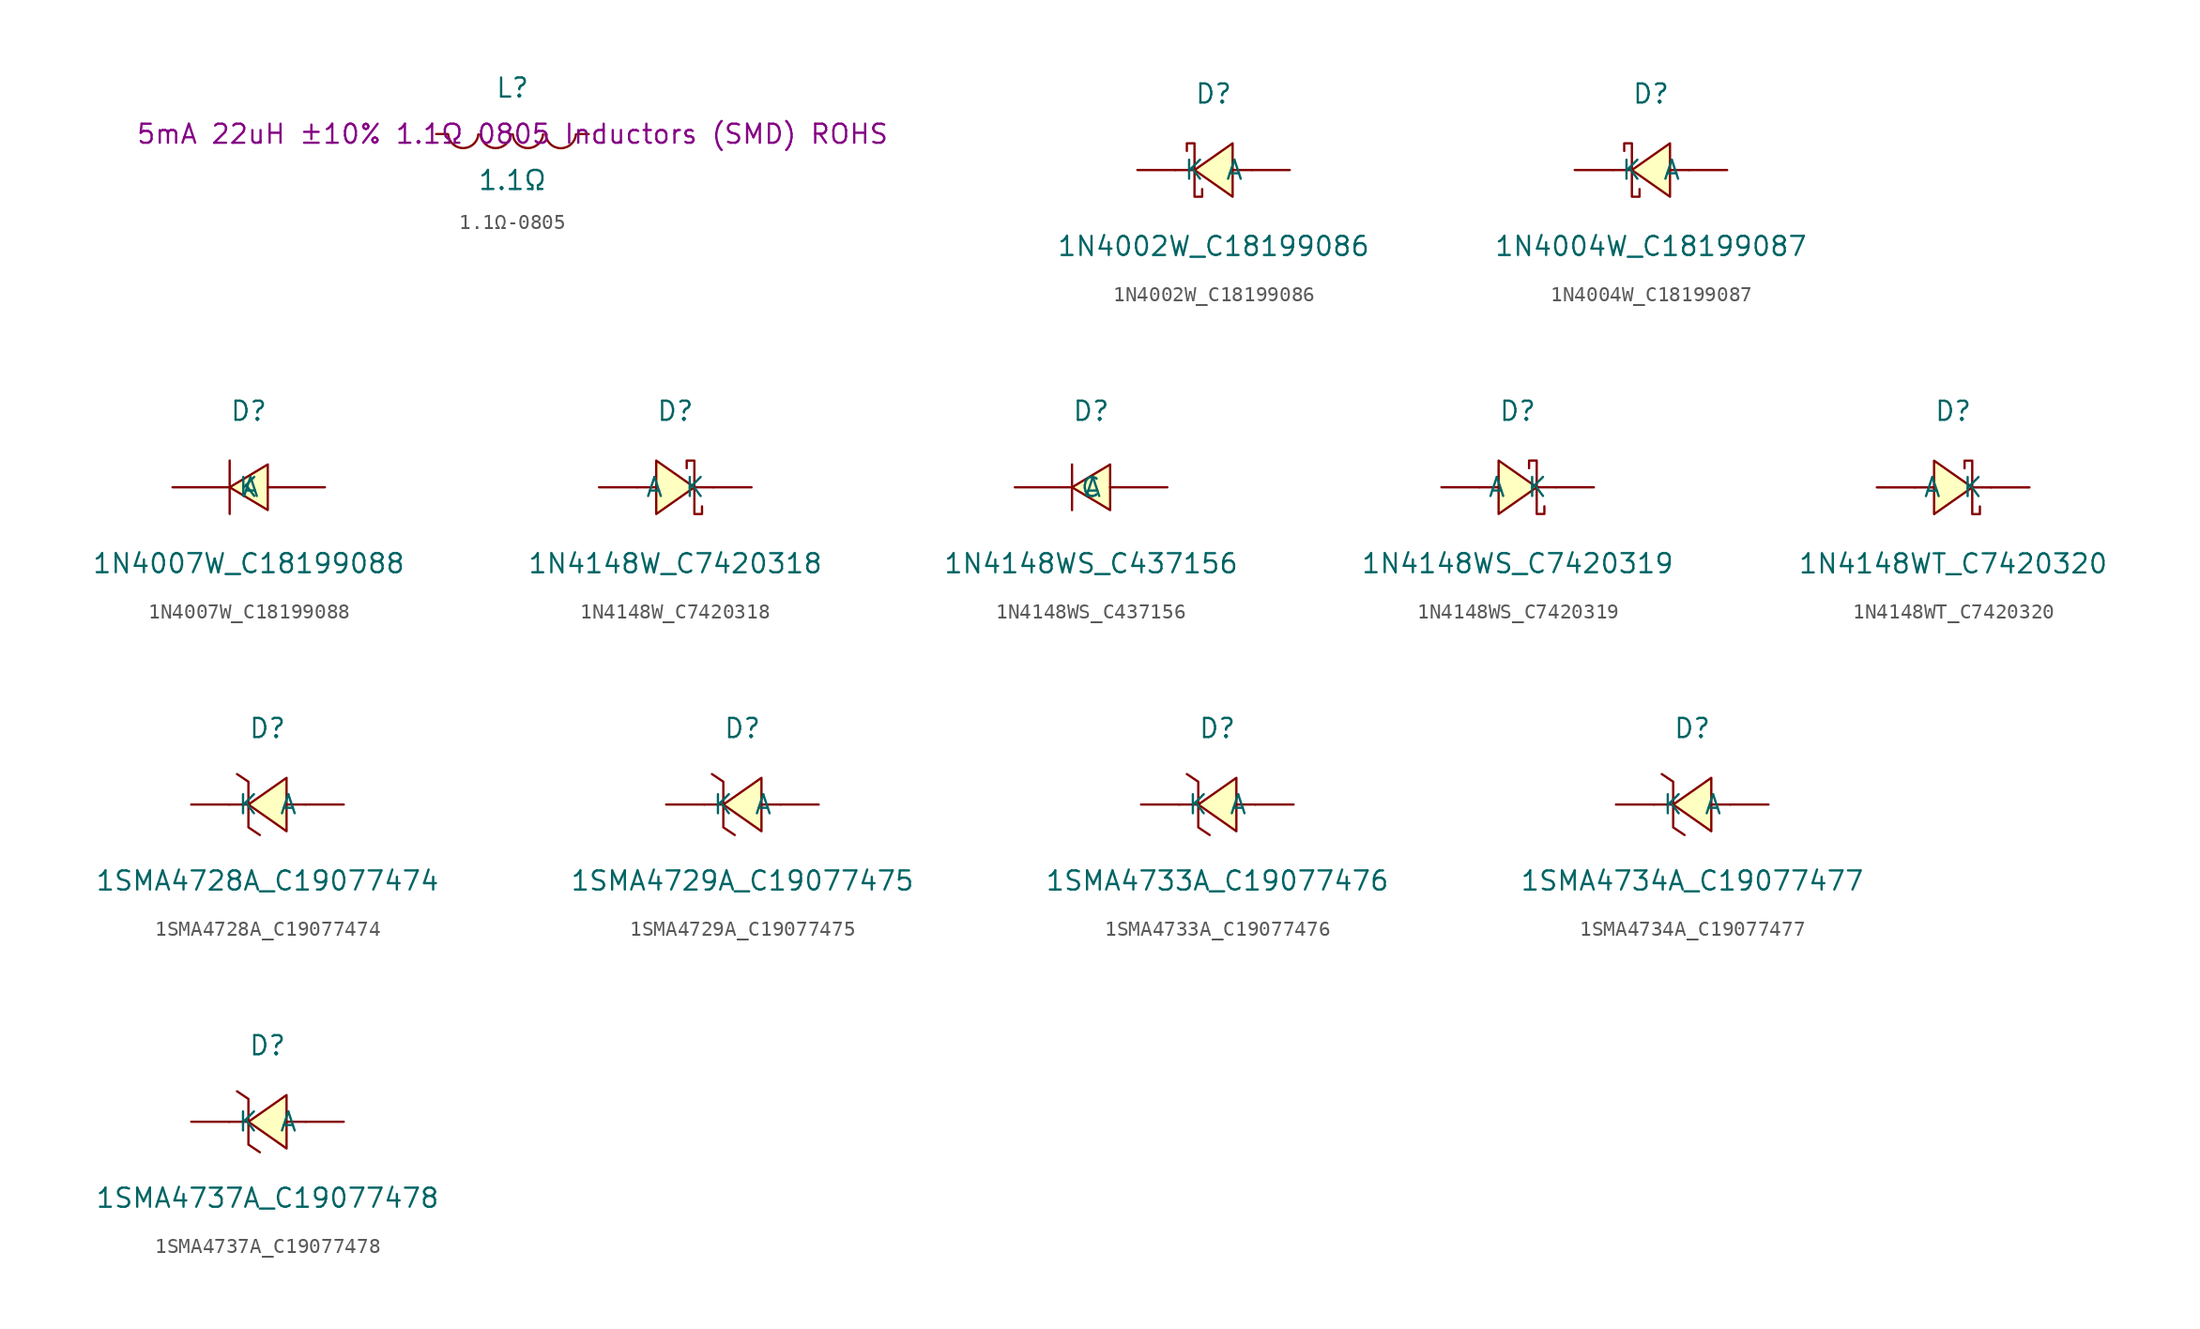
<source format=kicad_sym>
(kicad_symbol_lib
  (version 20241209)
  (generator "kicad_symbol_editor")
  (generator_version "9.0")
  (symbol "1.1Ω-0805"
    (pin_numbers
      (hide yes))
    (pin_names
      (hide yes))
    (property "Reference" "L"
      (at 0 3.08 0)
      (effects (font (size 1.27 1.27))))
    (property "Value" "1.1Ω"
      (at 0 -3.08 0)
      (effects (font (size 1.27 1.27))))
    (property "Description" "5mA 22uH ±10% 1.1Ω 0805 Inductors (SMD) ROHS"
      (at 0 0 0)
      (effects (font (size 1.27 1.27))))
    (symbol "1.1Ω-0805_0_1"
      (arc (start -2.27 -0.02) (mid -3.28 -0.937) (end -4.29 -0.02) (stroke (width 0) (type default)) (fill (type none)))
      (arc (start -0.11 -0.02) (mid -1.12 -0.937) (end -2.13 -0.02) (stroke (width 0) (type default)) (fill (type none)))
      (arc (start 2.04 -0.02) (mid 1.03 -0.937) (end 0.02 -0.02) (stroke (width 0) (type default)) (fill (type none)))
      (arc (start 4.23 -0.02) (mid 3.22 -0.9448) (end 2.21 -0.02) (stroke (width 0) (type default)) (fill (type none)))
      (pin unspecified line (at -5.08 0 0) (length 0.762) (name "1" (effects (font (size 1.27 1.27)))) (number "1" (effects (font (size 1.27 1.27)))))
      (pin unspecified line (at 5.08 0 180) (length 0.762) (name "2" (effects (font (size 1.27 1.27)))) (number "2" (effects (font (size 1.27 1.27)))))))
  (symbol "1N4002W_C18199086"
    (pin_numbers
      (hide yes))
    (property "Reference" "D"
      (at 0 5.08 0)
      (effects (font (size 1.27 1.27))))
    (property "Value" "1N4002W_C18199086"
      (at 0 -5.08 0)
      (effects (font (size 1.27 1.27))))
    (symbol "1N4002W_C18199086_0_1"
      (polyline (pts (xy -1.78 1.27) (xy -1.78 1.78) (xy -1.27 1.78) (xy -1.27 -1.78) (xy -0.76 -1.78) (xy -0.76 -1.27)) (stroke (width 0) (type default)) (fill (type none)))
      (polyline (pts (xy -1.27 0) (xy -2.54 0)) (stroke (width 0) (type default)) (fill (type none)))
      (polyline (pts (xy 1.27 1.78) (xy -1.27 0) (xy 1.27 -1.78) (xy 1.27 1.78)) (stroke (width 0) (type default)) (fill (type background)))
      (polyline (pts (xy 2.54 0) (xy 1.27 0)) (stroke (width 0) (type default)) (fill (type none)))
      (pin unspecified line (at -5.08 0 0) (length 2.54) (name "K" (effects (font (size 1.27 1.27)))) (number "1" (effects (font (size 1.27 1.27)))))
      (pin unspecified line (at 5.08 0 180) (length 2.54) (name "A" (effects (font (size 1.27 1.27)))) (number "2" (effects (font (size 1.27 1.27)))))))
  (symbol "1N4004W_C18199087"
    (pin_numbers
      (hide yes))
    (property "Reference" "D"
      (at 0 5.08 0)
      (effects (font (size 1.27 1.27))))
    (property "Value" "1N4004W_C18199087"
      (at 0 -5.08 0)
      (effects (font (size 1.27 1.27))))
    (symbol "1N4004W_C18199087_0_1"
      (polyline (pts (xy -1.78 1.27) (xy -1.78 1.78) (xy -1.27 1.78) (xy -1.27 -1.78) (xy -0.76 -1.78) (xy -0.76 -1.27)) (stroke (width 0) (type default)) (fill (type none)))
      (polyline (pts (xy -1.27 0) (xy -2.54 0)) (stroke (width 0) (type default)) (fill (type none)))
      (polyline (pts (xy 1.27 1.78) (xy -1.27 0) (xy 1.27 -1.78) (xy 1.27 1.78)) (stroke (width 0) (type default)) (fill (type background)))
      (polyline (pts (xy 2.54 0) (xy 1.27 0)) (stroke (width 0) (type default)) (fill (type none)))
      (pin unspecified line (at -5.08 0 0) (length 2.54) (name "K" (effects (font (size 1.27 1.27)))) (number "1" (effects (font (size 1.27 1.27)))))
      (pin unspecified line (at 5.08 0 180) (length 2.54) (name "A" (effects (font (size 1.27 1.27)))) (number "2" (effects (font (size 1.27 1.27)))))))
  (symbol "1N4007W_C18199088"
    (pin_numbers
      (hide yes))
    (property "Reference" "D"
      (at 0 5.08 0)
      (effects (font (size 1.27 1.27))))
    (property "Value" "1N4007W_C18199088"
      (at 0 -5.08 0)
      (effects (font (size 1.27 1.27))))
    (symbol "1N4007W_C18199088_0_1"
      (polyline (pts (xy -1.27 -1.78) (xy -1.27 1.78)) (stroke (width 0) (type default)) (fill (type none)))
      (polyline (pts (xy 1.27 1.52) (xy 1.27 -1.52) (xy -1.27 0) (xy 1.27 1.52)) (stroke (width 0) (type default)) (fill (type background)))
      (pin unspecified line (at -5.08 0 0) (length 3.81) (name "K" (effects (font (size 1.27 1.27)))) (number "1" (effects (font (size 1.27 1.27)))))
      (pin unspecified line (at 5.08 0 180) (length 3.81) (name "A" (effects (font (size 1.27 1.27)))) (number "2" (effects (font (size 1.27 1.27)))))))
  (symbol "1N4148W_C7420318"
    (pin_numbers
      (hide yes))
    (property "Reference" "D"
      (at 0 5.08 0)
      (effects (font (size 1.27 1.27))))
    (property "Value" "1N4148W_C7420318"
      (at 0 -5.08 0)
      (effects (font (size 1.27 1.27))))
    (symbol "1N4148W_C7420318_0_1"
      (polyline (pts (xy -2.54 0) (xy -1.27 0)) (stroke (width 0) (type default)) (fill (type none)))
      (polyline (pts (xy -1.27 -1.78) (xy 1.27 0) (xy -1.27 1.78) (xy -1.27 -1.78)) (stroke (width 0) (type default)) (fill (type background)))
      (polyline (pts (xy 1.27 0) (xy 2.54 0)) (stroke (width 0) (type default)) (fill (type none)))
      (polyline (pts (xy 1.78 -1.27) (xy 1.78 -1.78) (xy 1.27 -1.78) (xy 1.27 1.78) (xy 0.76 1.78) (xy 0.76 1.27)) (stroke (width 0) (type default)) (fill (type none)))
      (pin unspecified line (at -5.08 0 0) (length 2.54) (name "A" (effects (font (size 1.27 1.27)))) (number "1" (effects (font (size 1.27 1.27)))))
      (pin unspecified line (at 5.08 0 180) (length 2.54) (name "K" (effects (font (size 1.27 1.27)))) (number "2" (effects (font (size 1.27 1.27)))))))
  (symbol "1N4148WS_C437156"
    (pin_numbers
      (hide yes))
    (property "Reference" "D"
      (at 0 5.08 0)
      (effects (font (size 1.27 1.27))))
    (property "Value" "1N4148WS_C437156"
      (at 0 -5.08 0)
      (effects (font (size 1.27 1.27))))
    (symbol "1N4148WS_C437156_0_1"
      (polyline (pts (xy -1.27 -1.52) (xy -1.27 1.52)) (stroke (width 0) (type default)) (fill (type none)))
      (polyline (pts (xy 1.27 1.52) (xy -1.27 0) (xy 1.27 -1.52) (xy 1.27 1.52)) (stroke (width 0) (type default)) (fill (type background)))
      (pin unspecified line (at -5.08 0 0) (length 3.81) (name "C" (effects (font (size 1.27 1.27)))) (number "1" (effects (font (size 1.27 1.27)))))
      (pin unspecified line (at 5.08 0 180) (length 3.81) (name "A" (effects (font (size 1.27 1.27)))) (number "2" (effects (font (size 1.27 1.27)))))))
  (symbol "1N4148WS_C7420319"
    (pin_numbers
      (hide yes))
    (property "Reference" "D"
      (at 0 5.08 0)
      (effects (font (size 1.27 1.27))))
    (property "Value" "1N4148WS_C7420319"
      (at 0 -5.08 0)
      (effects (font (size 1.27 1.27))))
    (symbol "1N4148WS_C7420319_0_1"
      (polyline (pts (xy -2.54 0) (xy -1.27 0)) (stroke (width 0) (type default)) (fill (type none)))
      (polyline (pts (xy -1.27 -1.78) (xy 1.27 0) (xy -1.27 1.78) (xy -1.27 -1.78)) (stroke (width 0) (type default)) (fill (type background)))
      (polyline (pts (xy 1.27 0) (xy 2.54 0)) (stroke (width 0) (type default)) (fill (type none)))
      (polyline (pts (xy 1.78 -1.27) (xy 1.78 -1.78) (xy 1.27 -1.78) (xy 1.27 1.78) (xy 0.76 1.78) (xy 0.76 1.27)) (stroke (width 0) (type default)) (fill (type none)))
      (pin unspecified line (at -5.08 0 0) (length 2.54) (name "A" (effects (font (size 1.27 1.27)))) (number "1" (effects (font (size 1.27 1.27)))))
      (pin unspecified line (at 5.08 0 180) (length 2.54) (name "K" (effects (font (size 1.27 1.27)))) (number "2" (effects (font (size 1.27 1.27)))))))
  (symbol "1N4148WT_C7420320"
    (pin_numbers
      (hide yes))
    (property "Reference" "D"
      (at 0 5.08 0)
      (effects (font (size 1.27 1.27))))
    (property "Value" "1N4148WT_C7420320"
      (at 0 -5.08 0)
      (effects (font (size 1.27 1.27))))
    (symbol "1N4148WT_C7420320_0_1"
      (polyline (pts (xy -2.54 0) (xy -1.27 0)) (stroke (width 0) (type default)) (fill (type none)))
      (polyline (pts (xy -1.27 -1.78) (xy 1.27 0) (xy -1.27 1.78) (xy -1.27 -1.78)) (stroke (width 0) (type default)) (fill (type background)))
      (polyline (pts (xy 1.27 0) (xy 2.54 0)) (stroke (width 0) (type default)) (fill (type none)))
      (polyline (pts (xy 1.78 -1.27) (xy 1.78 -1.78) (xy 1.27 -1.78) (xy 1.27 1.78) (xy 0.76 1.78) (xy 0.76 1.27)) (stroke (width 0) (type default)) (fill (type none)))
      (pin unspecified line (at -5.08 0 0) (length 2.54) (name "A" (effects (font (size 1.27 1.27)))) (number "1" (effects (font (size 1.27 1.27)))))
      (pin unspecified line (at 5.08 0 180) (length 2.54) (name "K" (effects (font (size 1.27 1.27)))) (number "2" (effects (font (size 1.27 1.27)))))))
  (symbol "1SMA4728A_C19077474"
    (pin_numbers
      (hide yes))
    (property "Reference" "D"
      (at 0 5.08 0)
      (effects (font (size 1.27 1.27))))
    (property "Value" "1SMA4728A_C19077474"
      (at 0 -5.08 0)
      (effects (font (size 1.27 1.27))))
    (symbol "1SMA4728A_C19077474_0_1"
      (polyline (pts (xy -2.03 2.03) (xy -1.27 1.52) (xy -1.27 -1.52) (xy -0.51 -2.03)) (stroke (width 0) (type default)) (fill (type none)))
      (polyline (pts (xy -1.27 0) (xy -2.54 0)) (stroke (width 0) (type default)) (fill (type none)))
      (polyline (pts (xy 1.27 1.78) (xy -1.27 0) (xy 1.27 -1.78) (xy 1.27 1.78)) (stroke (width 0) (type default)) (fill (type background)))
      (polyline (pts (xy 2.54 0) (xy 1.27 0)) (stroke (width 0) (type default)) (fill (type none)))
      (pin unspecified line (at -5.08 0 0) (length 2.54) (name "K" (effects (font (size 1.27 1.27)))) (number "1" (effects (font (size 1.27 1.27)))))
      (pin unspecified line (at 5.08 0 180) (length 2.54) (name "A" (effects (font (size 1.27 1.27)))) (number "2" (effects (font (size 1.27 1.27)))))))
  (symbol "1SMA4729A_C19077475"
    (pin_numbers
      (hide yes))
    (property "Reference" "D"
      (at 0 5.08 0)
      (effects (font (size 1.27 1.27))))
    (property "Value" "1SMA4729A_C19077475"
      (at 0 -5.08 0)
      (effects (font (size 1.27 1.27))))
    (symbol "1SMA4729A_C19077475_0_1"
      (polyline (pts (xy -2.03 2.03) (xy -1.27 1.52) (xy -1.27 -1.52) (xy -0.51 -2.03)) (stroke (width 0) (type default)) (fill (type none)))
      (polyline (pts (xy -1.27 0) (xy -2.54 0)) (stroke (width 0) (type default)) (fill (type none)))
      (polyline (pts (xy 1.27 1.78) (xy -1.27 0) (xy 1.27 -1.78) (xy 1.27 1.78)) (stroke (width 0) (type default)) (fill (type background)))
      (polyline (pts (xy 2.54 0) (xy 1.27 0)) (stroke (width 0) (type default)) (fill (type none)))
      (pin unspecified line (at -5.08 0 0) (length 2.54) (name "K" (effects (font (size 1.27 1.27)))) (number "1" (effects (font (size 1.27 1.27)))))
      (pin unspecified line (at 5.08 0 180) (length 2.54) (name "A" (effects (font (size 1.27 1.27)))) (number "2" (effects (font (size 1.27 1.27)))))))
  (symbol "1SMA4733A_C19077476"
    (pin_numbers
      (hide yes))
    (property "Reference" "D"
      (at 0 5.08 0)
      (effects (font (size 1.27 1.27))))
    (property "Value" "1SMA4733A_C19077476"
      (at 0 -5.08 0)
      (effects (font (size 1.27 1.27))))
    (symbol "1SMA4733A_C19077476_0_1"
      (polyline (pts (xy -2.03 2.03) (xy -1.27 1.52) (xy -1.27 -1.52) (xy -0.51 -2.03)) (stroke (width 0) (type default)) (fill (type none)))
      (polyline (pts (xy -1.27 0) (xy -2.54 0)) (stroke (width 0) (type default)) (fill (type none)))
      (polyline (pts (xy 1.27 1.78) (xy -1.27 0) (xy 1.27 -1.78) (xy 1.27 1.78)) (stroke (width 0) (type default)) (fill (type background)))
      (polyline (pts (xy 2.54 0) (xy 1.27 0)) (stroke (width 0) (type default)) (fill (type none)))
      (pin unspecified line (at -5.08 0 0) (length 2.54) (name "K" (effects (font (size 1.27 1.27)))) (number "1" (effects (font (size 1.27 1.27)))))
      (pin unspecified line (at 5.08 0 180) (length 2.54) (name "A" (effects (font (size 1.27 1.27)))) (number "2" (effects (font (size 1.27 1.27)))))))
  (symbol "1SMA4734A_C19077477"
    (pin_numbers
      (hide yes))
    (property "Reference" "D"
      (at 0 5.08 0)
      (effects (font (size 1.27 1.27))))
    (property "Value" "1SMA4734A_C19077477"
      (at 0 -5.08 0)
      (effects (font (size 1.27 1.27))))
    (symbol "1SMA4734A_C19077477_0_1"
      (polyline (pts (xy -2.03 2.03) (xy -1.27 1.52) (xy -1.27 -1.52) (xy -0.51 -2.03)) (stroke (width 0) (type default)) (fill (type none)))
      (polyline (pts (xy -1.27 0) (xy -2.54 0)) (stroke (width 0) (type default)) (fill (type none)))
      (polyline (pts (xy 1.27 1.78) (xy -1.27 0) (xy 1.27 -1.78) (xy 1.27 1.78)) (stroke (width 0) (type default)) (fill (type background)))
      (polyline (pts (xy 2.54 0) (xy 1.27 0)) (stroke (width 0) (type default)) (fill (type none)))
      (pin unspecified line (at -5.08 0 0) (length 2.54) (name "K" (effects (font (size 1.27 1.27)))) (number "1" (effects (font (size 1.27 1.27)))))
      (pin unspecified line (at 5.08 0 180) (length 2.54) (name "A" (effects (font (size 1.27 1.27)))) (number "2" (effects (font (size 1.27 1.27)))))))
  (symbol "1SMA4737A_C19077478"
    (pin_numbers
      (hide yes))
    (property "Reference" "D"
      (at 0 5.08 0)
      (effects (font (size 1.27 1.27))))
    (property "Value" "1SMA4737A_C19077478"
      (at 0 -5.08 0)
      (effects (font (size 1.27 1.27))))
    (symbol "1SMA4737A_C19077478_0_1"
      (polyline (pts (xy -2.03 2.03) (xy -1.27 1.52) (xy -1.27 -1.52) (xy -0.51 -2.03)) (stroke (width 0) (type default)) (fill (type none)))
      (polyline (pts (xy -1.27 0) (xy -2.54 0)) (stroke (width 0) (type default)) (fill (type none)))
      (polyline (pts (xy 1.27 1.78) (xy -1.27 0) (xy 1.27 -1.78) (xy 1.27 1.78)) (stroke (width 0) (type default)) (fill (type background)))
      (polyline (pts (xy 2.54 0) (xy 1.27 0)) (stroke (width 0) (type default)) (fill (type none)))
      (pin unspecified line (at -5.08 0 0) (length 2.54) (name "K" (effects (font (size 1.27 1.27)))) (number "1" (effects (font (size 1.27 1.27)))))
      (pin unspecified line (at 5.08 0 180) (length 2.54) (name "A" (effects (font (size 1.27 1.27)))) (number "2" (effects (font (size 1.27 1.27))))))))
</source>
